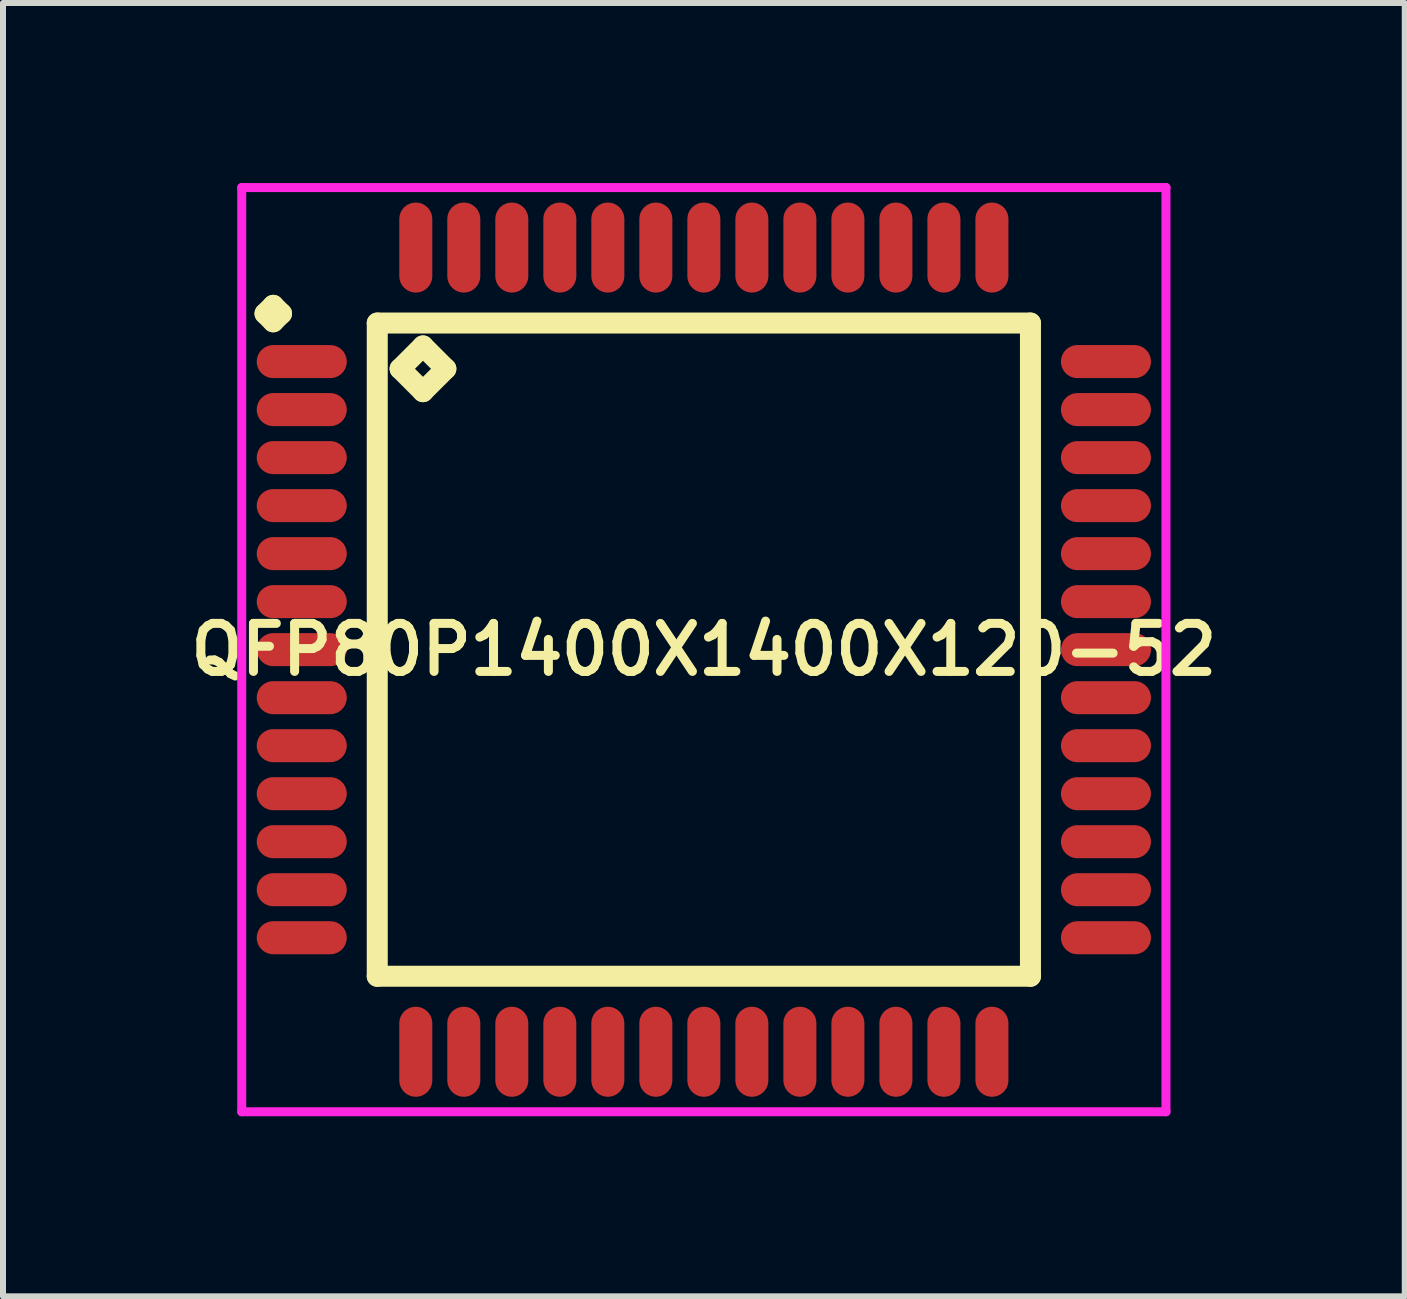
<source format=kicad_pcb>
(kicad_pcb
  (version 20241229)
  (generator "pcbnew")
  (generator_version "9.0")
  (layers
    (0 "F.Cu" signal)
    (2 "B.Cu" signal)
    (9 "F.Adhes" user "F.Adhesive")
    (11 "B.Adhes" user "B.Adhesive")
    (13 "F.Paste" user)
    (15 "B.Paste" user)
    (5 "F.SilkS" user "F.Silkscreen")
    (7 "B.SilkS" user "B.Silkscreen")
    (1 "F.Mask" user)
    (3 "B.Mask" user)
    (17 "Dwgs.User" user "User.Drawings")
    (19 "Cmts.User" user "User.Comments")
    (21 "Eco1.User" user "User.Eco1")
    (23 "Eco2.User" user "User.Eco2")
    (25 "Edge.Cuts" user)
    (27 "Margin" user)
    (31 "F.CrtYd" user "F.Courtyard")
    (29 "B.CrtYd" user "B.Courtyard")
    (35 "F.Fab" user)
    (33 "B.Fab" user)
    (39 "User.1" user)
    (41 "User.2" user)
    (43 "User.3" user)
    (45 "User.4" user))
  (footprint "QFP80P1400X1400X120-52"
    (layer "F.Cu")
    (at 8.678 7.775)
    (property "Reference" "QFP80P1400X1400X120-52" (at 0 0 0) (layer "F.SilkS") (effects (font (size 0.8 0.8) (thickness 0.15))))
    (attr smd)
    (fp_line (start -7.312 -5.6) (end -7.175 -5.737) (stroke (width 0.35) (type solid)) (layer "F.SilkS"))
    (fp_line (start -7.175 -5.737) (end -7.037 -5.6) (stroke (width 0.35) (type solid)) (layer "F.SilkS"))
    (fp_line (start -7.175 -5.463) (end -7.312 -5.6) (stroke (width 0.35) (type solid)) (layer "F.SilkS"))
    (fp_line (start -7.037 -5.6) (end -7.175 -5.463) (stroke (width 0.35) (type solid)) (layer "F.SilkS"))
    (fp_line (start -5.442 -5.442) (end -5.442 5.442) (stroke (width 0.35) (type solid)) (layer "F.SilkS"))
    (fp_line (start -5.442 5.442) (end 5.442 5.442) (stroke (width 0.35) (type solid)) (layer "F.SilkS"))
    (fp_line (start -5.061 -4.68) (end -4.68 -5.061) (stroke (width 0.35) (type solid)) (layer "F.SilkS"))
    (fp_line (start -4.68 -5.061) (end -4.299 -4.68) (stroke (width 0.35) (type solid)) (layer "F.SilkS"))
    (fp_line (start -4.68 -4.299) (end -5.061 -4.68) (stroke (width 0.35) (type solid)) (layer "F.SilkS"))
    (fp_line (start -4.299 -4.68) (end -4.68 -4.299) (stroke (width 0.35) (type solid)) (layer "F.SilkS"))
    (fp_line (start 5.442 -5.442) (end -5.442 -5.442) (stroke (width 0.35) (type solid)) (layer "F.SilkS"))
    (fp_line (start 5.442 5.442) (end 5.442 -5.442) (stroke (width 0.35) (type solid)) (layer "F.SilkS"))
    (fp_line (start -7.7 -7.7) (end 7.7 -7.7) (stroke (width 0.15) (type solid)) (layer "F.CrtYd"))
    (fp_line (start -7.7 7.7) (end -7.7 -7.7) (stroke (width 0.15) (type solid)) (layer "F.CrtYd"))
    (fp_line (start 7.7 -7.7) (end 7.7 7.7) (stroke (width 0.15) (type solid)) (layer "F.CrtYd"))
    (fp_line (start 7.7 7.7) (end -7.7 7.7) (stroke (width 0.15) (type solid)) (layer "F.CrtYd"))
    (pad "1" smd oval (at -6.7 -4.8) (size 1.5 0.55) (layers "F.Cu" "F.Mask" "F.Paste"))
    (pad "2" smd oval (at -6.7 -4) (size 1.5 0.55) (layers "F.Cu" "F.Mask" "F.Paste"))
    (pad "3" smd oval (at -6.7 -3.2) (size 1.5 0.55) (layers "F.Cu" "F.Mask" "F.Paste"))
    (pad "4" smd oval (at -6.7 -2.4) (size 1.5 0.55) (layers "F.Cu" "F.Mask" "F.Paste"))
    (pad "5" smd oval (at -6.7 -1.6) (size 1.5 0.55) (layers "F.Cu" "F.Mask" "F.Paste"))
    (pad "6" smd oval (at -6.7 -0.8) (size 1.5 0.55) (layers "F.Cu" "F.Mask" "F.Paste"))
    (pad "7" smd oval (at -6.7 0) (size 1.5 0.55) (layers "F.Cu" "F.Mask" "F.Paste"))
    (pad "8" smd oval (at -6.7 0.8) (size 1.5 0.55) (layers "F.Cu" "F.Mask" "F.Paste"))
    (pad "9" smd oval (at -6.7 1.6) (size 1.5 0.55) (layers "F.Cu" "F.Mask" "F.Paste"))
    (pad "10" smd oval (at -6.7 2.4) (size 1.5 0.55) (layers "F.Cu" "F.Mask" "F.Paste"))
    (pad "11" smd oval (at -6.7 3.2) (size 1.5 0.55) (layers "F.Cu" "F.Mask" "F.Paste"))
    (pad "12" smd oval (at -6.7 4) (size 1.5 0.55) (layers "F.Cu" "F.Mask" "F.Paste"))
    (pad "13" smd oval (at -6.7 4.8) (size 1.5 0.55) (layers "F.Cu" "F.Mask" "F.Paste"))
    (pad "14" smd oval (at -4.8 6.7) (size 0.55 1.5) (layers "F.Cu" "F.Mask" "F.Paste"))
    (pad "15" smd oval (at -4 6.7) (size 0.55 1.5) (layers "F.Cu" "F.Mask" "F.Paste"))
    (pad "16" smd oval (at -3.2 6.7) (size 0.55 1.5) (layers "F.Cu" "F.Mask" "F.Paste"))
    (pad "17" smd oval (at -2.4 6.7) (size 0.55 1.5) (layers "F.Cu" "F.Mask" "F.Paste"))
    (pad "18" smd oval (at -1.6 6.7) (size 0.55 1.5) (layers "F.Cu" "F.Mask" "F.Paste"))
    (pad "19" smd oval (at -0.8 6.7) (size 0.55 1.5) (layers "F.Cu" "F.Mask" "F.Paste"))
    (pad "20" smd oval (at 0 6.7) (size 0.55 1.5) (layers "F.Cu" "F.Mask" "F.Paste"))
    (pad "21" smd oval (at 0.8 6.7) (size 0.55 1.5) (layers "F.Cu" "F.Mask" "F.Paste"))
    (pad "22" smd oval (at 1.6 6.7) (size 0.55 1.5) (layers "F.Cu" "F.Mask" "F.Paste"))
    (pad "23" smd oval (at 2.4 6.7) (size 0.55 1.5) (layers "F.Cu" "F.Mask" "F.Paste"))
    (pad "24" smd oval (at 3.2 6.7) (size 0.55 1.5) (layers "F.Cu" "F.Mask" "F.Paste"))
    (pad "25" smd oval (at 4 6.7) (size 0.55 1.5) (layers "F.Cu" "F.Mask" "F.Paste"))
    (pad "26" smd oval (at 4.8 6.7) (size 0.55 1.5) (layers "F.Cu" "F.Mask" "F.Paste"))
    (pad "27" smd oval (at 6.7 4.8) (size 1.5 0.55) (layers "F.Cu" "F.Mask" "F.Paste"))
    (pad "28" smd oval (at 6.7 4) (size 1.5 0.55) (layers "F.Cu" "F.Mask" "F.Paste"))
    (pad "29" smd oval (at 6.7 3.2) (size 1.5 0.55) (layers "F.Cu" "F.Mask" "F.Paste"))
    (pad "30" smd oval (at 6.7 2.4) (size 1.5 0.55) (layers "F.Cu" "F.Mask" "F.Paste"))
    (pad "31" smd oval (at 6.7 1.6) (size 1.5 0.55) (layers "F.Cu" "F.Mask" "F.Paste"))
    (pad "32" smd oval (at 6.7 0.8) (size 1.5 0.55) (layers "F.Cu" "F.Mask" "F.Paste"))
    (pad "33" smd oval (at 6.7 0) (size 1.5 0.55) (layers "F.Cu" "F.Mask" "F.Paste"))
    (pad "34" smd oval (at 6.7 -0.8) (size 1.5 0.55) (layers "F.Cu" "F.Mask" "F.Paste"))
    (pad "35" smd oval (at 6.7 -1.6) (size 1.5 0.55) (layers "F.Cu" "F.Mask" "F.Paste"))
    (pad "36" smd oval (at 6.7 -2.4) (size 1.5 0.55) (layers "F.Cu" "F.Mask" "F.Paste"))
    (pad "37" smd oval (at 6.7 -3.2) (size 1.5 0.55) (layers "F.Cu" "F.Mask" "F.Paste"))
    (pad "38" smd oval (at 6.7 -4) (size 1.5 0.55) (layers "F.Cu" "F.Mask" "F.Paste"))
    (pad "39" smd oval (at 6.7 -4.8) (size 1.5 0.55) (layers "F.Cu" "F.Mask" "F.Paste"))
    (pad "40" smd oval (at 4.8 -6.7) (size 0.55 1.5) (layers "F.Cu" "F.Mask" "F.Paste"))
    (pad "41" smd oval (at 4 -6.7) (size 0.55 1.5) (layers "F.Cu" "F.Mask" "F.Paste"))
    (pad "42" smd oval (at 3.2 -6.7) (size 0.55 1.5) (layers "F.Cu" "F.Mask" "F.Paste"))
    (pad "43" smd oval (at 2.4 -6.7) (size 0.55 1.5) (layers "F.Cu" "F.Mask" "F.Paste"))
    (pad "44" smd oval (at 1.6 -6.7) (size 0.55 1.5) (layers "F.Cu" "F.Mask" "F.Paste"))
    (pad "45" smd oval (at 0.8 -6.7) (size 0.55 1.5) (layers "F.Cu" "F.Mask" "F.Paste"))
    (pad "46" smd oval (at 0 -6.7) (size 0.55 1.5) (layers "F.Cu" "F.Mask" "F.Paste"))
    (pad "47" smd oval (at -0.8 -6.7) (size 0.55 1.5) (layers "F.Cu" "F.Mask" "F.Paste"))
    (pad "48" smd oval (at -1.6 -6.7) (size 0.55 1.5) (layers "F.Cu" "F.Mask" "F.Paste"))
    (pad "49" smd oval (at -2.4 -6.7) (size 0.55 1.5) (layers "F.Cu" "F.Mask" "F.Paste"))
    (pad "50" smd oval (at -3.2 -6.7) (size 0.55 1.5) (layers "F.Cu" "F.Mask" "F.Paste"))
    (pad "51" smd oval (at -4 -6.7) (size 0.55 1.5) (layers "F.Cu" "F.Mask" "F.Paste"))
    (pad "52" smd oval (at -4.8 -6.7) (size 0.55 1.5) (layers "F.Cu" "F.Mask" "F.Paste")))
  (gr_rect
    (start -3 -3)
    (end 20.357 18.55)
    (stroke (width 0.1) (type default))
    (fill no)
    (layer "Edge.Cuts")))
</source>
